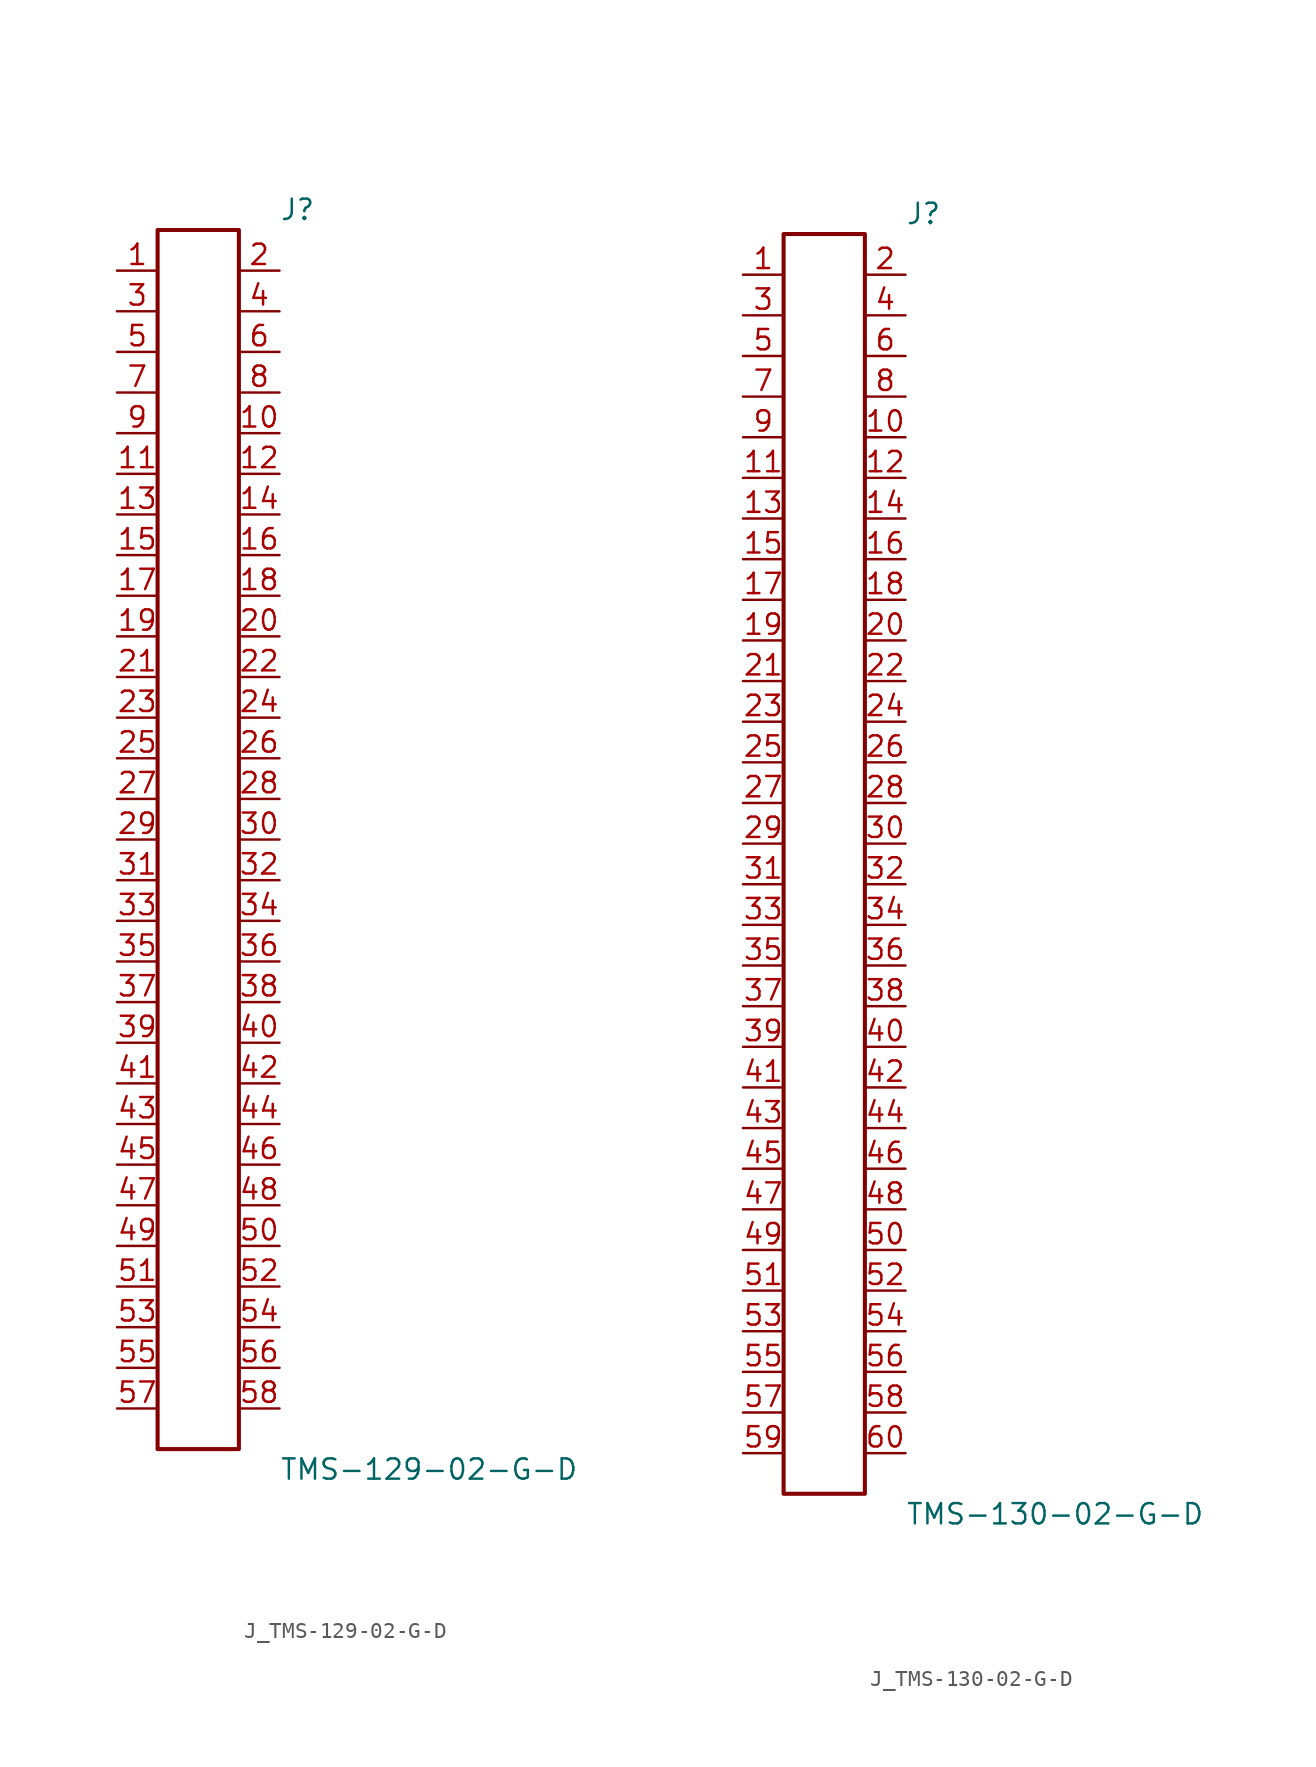
<source format=kicad_sym>
(kicad_symbol_lib
  (version 20231120)
  (generator kicad_symbol_editor)
  (generator_version 8.0)
  (symbol "J_TMS-129-02-G-D"
    (pin_names
      (offset 0.254))
    (property "Reference" "J"
      (at 5.08 39.37 0)
      (effects (font (size 1.27 1.27)) (justify left)))
    (property "Value" "TMS-129-02-G-D"
      (at 5.08 -39.37 0)
      (effects (font (size 1.27 1.27)) (justify left)))
    (symbol "J_TMS-129-02-G-D_0_0"
      (pin unspecified line (at -5.08 35.56 0) (length 2.54) (name "" (effects (font (size 1.27 1.27)))) (number "1" (effects (font (size 1.27 1.27)))))
      (pin unspecified line (at 5.08 35.56 180) (length 2.54) (name "" (effects (font (size 1.27 1.27)))) (number "2" (effects (font (size 1.27 1.27)))))
      (pin unspecified line (at -5.08 33.02 0) (length 2.54) (name "" (effects (font (size 1.27 1.27)))) (number "3" (effects (font (size 1.27 1.27)))))
      (pin unspecified line (at 5.08 33.02 180) (length 2.54) (name "" (effects (font (size 1.27 1.27)))) (number "4" (effects (font (size 1.27 1.27)))))
      (pin unspecified line (at -5.08 30.48 0) (length 2.54) (name "" (effects (font (size 1.27 1.27)))) (number "5" (effects (font (size 1.27 1.27)))))
      (pin unspecified line (at 5.08 30.48 180) (length 2.54) (name "" (effects (font (size 1.27 1.27)))) (number "6" (effects (font (size 1.27 1.27)))))
      (pin unspecified line (at -5.08 27.94 0) (length 2.54) (name "" (effects (font (size 1.27 1.27)))) (number "7" (effects (font (size 1.27 1.27)))))
      (pin unspecified line (at 5.08 27.94 180) (length 2.54) (name "" (effects (font (size 1.27 1.27)))) (number "8" (effects (font (size 1.27 1.27)))))
      (pin unspecified line (at -5.08 25.4 0) (length 2.54) (name "" (effects (font (size 1.27 1.27)))) (number "9" (effects (font (size 1.27 1.27)))))
      (pin unspecified line (at 5.08 25.4 180) (length 2.54) (name "" (effects (font (size 1.27 1.27)))) (number "10" (effects (font (size 1.27 1.27)))))
      (pin unspecified line (at -5.08 22.86 0) (length 2.54) (name "" (effects (font (size 1.27 1.27)))) (number "11" (effects (font (size 1.27 1.27)))))
      (pin unspecified line (at 5.08 22.86 180) (length 2.54) (name "" (effects (font (size 1.27 1.27)))) (number "12" (effects (font (size 1.27 1.27)))))
      (pin unspecified line (at -5.08 20.32 0) (length 2.54) (name "" (effects (font (size 1.27 1.27)))) (number "13" (effects (font (size 1.27 1.27)))))
      (pin unspecified line (at 5.08 20.32 180) (length 2.54) (name "" (effects (font (size 1.27 1.27)))) (number "14" (effects (font (size 1.27 1.27)))))
      (pin unspecified line (at -5.08 17.78 0) (length 2.54) (name "" (effects (font (size 1.27 1.27)))) (number "15" (effects (font (size 1.27 1.27)))))
      (pin unspecified line (at 5.08 17.78 180) (length 2.54) (name "" (effects (font (size 1.27 1.27)))) (number "16" (effects (font (size 1.27 1.27)))))
      (pin unspecified line (at -5.08 15.24 0) (length 2.54) (name "" (effects (font (size 1.27 1.27)))) (number "17" (effects (font (size 1.27 1.27)))))
      (pin unspecified line (at 5.08 15.24 180) (length 2.54) (name "" (effects (font (size 1.27 1.27)))) (number "18" (effects (font (size 1.27 1.27)))))
      (pin unspecified line (at -5.08 12.7 0) (length 2.54) (name "" (effects (font (size 1.27 1.27)))) (number "19" (effects (font (size 1.27 1.27)))))
      (pin unspecified line (at 5.08 12.7 180) (length 2.54) (name "" (effects (font (size 1.27 1.27)))) (number "20" (effects (font (size 1.27 1.27)))))
      (pin unspecified line (at -5.08 10.16 0) (length 2.54) (name "" (effects (font (size 1.27 1.27)))) (number "21" (effects (font (size 1.27 1.27)))))
      (pin unspecified line (at 5.08 10.16 180) (length 2.54) (name "" (effects (font (size 1.27 1.27)))) (number "22" (effects (font (size 1.27 1.27)))))
      (pin unspecified line (at -5.08 7.62 0) (length 2.54) (name "" (effects (font (size 1.27 1.27)))) (number "23" (effects (font (size 1.27 1.27)))))
      (pin unspecified line (at 5.08 7.62 180) (length 2.54) (name "" (effects (font (size 1.27 1.27)))) (number "24" (effects (font (size 1.27 1.27)))))
      (pin unspecified line (at -5.08 5.08 0) (length 2.54) (name "" (effects (font (size 1.27 1.27)))) (number "25" (effects (font (size 1.27 1.27)))))
      (pin unspecified line (at 5.08 5.08 180) (length 2.54) (name "" (effects (font (size 1.27 1.27)))) (number "26" (effects (font (size 1.27 1.27)))))
      (pin unspecified line (at -5.08 2.54 0) (length 2.54) (name "" (effects (font (size 1.27 1.27)))) (number "27" (effects (font (size 1.27 1.27)))))
      (pin unspecified line (at 5.08 2.54 180) (length 2.54) (name "" (effects (font (size 1.27 1.27)))) (number "28" (effects (font (size 1.27 1.27)))))
      (pin unspecified line (at -5.08 0.0 0) (length 2.54) (name "" (effects (font (size 1.27 1.27)))) (number "29" (effects (font (size 1.27 1.27)))))
      (pin unspecified line (at 5.08 0.0 180) (length 2.54) (name "" (effects (font (size 1.27 1.27)))) (number "30" (effects (font (size 1.27 1.27)))))
      (pin unspecified line (at -5.08 -2.54 0) (length 2.54) (name "" (effects (font (size 1.27 1.27)))) (number "31" (effects (font (size 1.27 1.27)))))
      (pin unspecified line (at 5.08 -2.54 180) (length 2.54) (name "" (effects (font (size 1.27 1.27)))) (number "32" (effects (font (size 1.27 1.27)))))
      (pin unspecified line (at -5.08 -5.08 0) (length 2.54) (name "" (effects (font (size 1.27 1.27)))) (number "33" (effects (font (size 1.27 1.27)))))
      (pin unspecified line (at 5.08 -5.08 180) (length 2.54) (name "" (effects (font (size 1.27 1.27)))) (number "34" (effects (font (size 1.27 1.27)))))
      (pin unspecified line (at -5.08 -7.62 0) (length 2.54) (name "" (effects (font (size 1.27 1.27)))) (number "35" (effects (font (size 1.27 1.27)))))
      (pin unspecified line (at 5.08 -7.62 180) (length 2.54) (name "" (effects (font (size 1.27 1.27)))) (number "36" (effects (font (size 1.27 1.27)))))
      (pin unspecified line (at -5.08 -10.16 0) (length 2.54) (name "" (effects (font (size 1.27 1.27)))) (number "37" (effects (font (size 1.27 1.27)))))
      (pin unspecified line (at 5.08 -10.16 180) (length 2.54) (name "" (effects (font (size 1.27 1.27)))) (number "38" (effects (font (size 1.27 1.27)))))
      (pin unspecified line (at -5.08 -12.7 0) (length 2.54) (name "" (effects (font (size 1.27 1.27)))) (number "39" (effects (font (size 1.27 1.27)))))
      (pin unspecified line (at 5.08 -12.7 180) (length 2.54) (name "" (effects (font (size 1.27 1.27)))) (number "40" (effects (font (size 1.27 1.27)))))
      (pin unspecified line (at -5.08 -15.24 0) (length 2.54) (name "" (effects (font (size 1.27 1.27)))) (number "41" (effects (font (size 1.27 1.27)))))
      (pin unspecified line (at 5.08 -15.24 180) (length 2.54) (name "" (effects (font (size 1.27 1.27)))) (number "42" (effects (font (size 1.27 1.27)))))
      (pin unspecified line (at -5.08 -17.78 0) (length 2.54) (name "" (effects (font (size 1.27 1.27)))) (number "43" (effects (font (size 1.27 1.27)))))
      (pin unspecified line (at 5.08 -17.78 180) (length 2.54) (name "" (effects (font (size 1.27 1.27)))) (number "44" (effects (font (size 1.27 1.27)))))
      (pin unspecified line (at -5.08 -20.32 0) (length 2.54) (name "" (effects (font (size 1.27 1.27)))) (number "45" (effects (font (size 1.27 1.27)))))
      (pin unspecified line (at 5.08 -20.32 180) (length 2.54) (name "" (effects (font (size 1.27 1.27)))) (number "46" (effects (font (size 1.27 1.27)))))
      (pin unspecified line (at -5.08 -22.86 0) (length 2.54) (name "" (effects (font (size 1.27 1.27)))) (number "47" (effects (font (size 1.27 1.27)))))
      (pin unspecified line (at 5.08 -22.86 180) (length 2.54) (name "" (effects (font (size 1.27 1.27)))) (number "48" (effects (font (size 1.27 1.27)))))
      (pin unspecified line (at -5.08 -25.4 0) (length 2.54) (name "" (effects (font (size 1.27 1.27)))) (number "49" (effects (font (size 1.27 1.27)))))
      (pin unspecified line (at 5.08 -25.4 180) (length 2.54) (name "" (effects (font (size 1.27 1.27)))) (number "50" (effects (font (size 1.27 1.27)))))
      (pin unspecified line (at -5.08 -27.94 0) (length 2.54) (name "" (effects (font (size 1.27 1.27)))) (number "51" (effects (font (size 1.27 1.27)))))
      (pin unspecified line (at 5.08 -27.94 180) (length 2.54) (name "" (effects (font (size 1.27 1.27)))) (number "52" (effects (font (size 1.27 1.27)))))
      (pin unspecified line (at -5.08 -30.48 0) (length 2.54) (name "" (effects (font (size 1.27 1.27)))) (number "53" (effects (font (size 1.27 1.27)))))
      (pin unspecified line (at 5.08 -30.48 180) (length 2.54) (name "" (effects (font (size 1.27 1.27)))) (number "54" (effects (font (size 1.27 1.27)))))
      (pin unspecified line (at -5.08 -33.02 0) (length 2.54) (name "" (effects (font (size 1.27 1.27)))) (number "55" (effects (font (size 1.27 1.27)))))
      (pin unspecified line (at 5.08 -33.02 180) (length 2.54) (name "" (effects (font (size 1.27 1.27)))) (number "56" (effects (font (size 1.27 1.27)))))
      (pin unspecified line (at -5.08 -35.56 0) (length 2.54) (name "" (effects (font (size 1.27 1.27)))) (number "57" (effects (font (size 1.27 1.27)))))
      (pin unspecified line (at 5.08 -35.56 180) (length 2.54) (name "" (effects (font (size 1.27 1.27)))) (number "58" (effects (font (size 1.27 1.27))))))
    (symbol "J_TMS-129-02-G-D_1_0"
      (rectangle (start -2.54 38.1) (end 2.54 -38.1) (stroke (width 0.254) (type solid)) (fill (type none)))))
  (symbol "J_TMS-130-02-G-D"
    (pin_names
      (offset 0.254))
    (property "Reference" "J"
      (at 5.08 40.64 0)
      (effects (font (size 1.27 1.27)) (justify left)))
    (property "Value" "TMS-130-02-G-D"
      (at 5.08 -40.64 0)
      (effects (font (size 1.27 1.27)) (justify left)))
    (symbol "J_TMS-130-02-G-D_0_0"
      (pin unspecified line (at -5.08 36.83 0) (length 2.54) (name "" (effects (font (size 1.27 1.27)))) (number "1" (effects (font (size 1.27 1.27)))))
      (pin unspecified line (at 5.08 36.83 180) (length 2.54) (name "" (effects (font (size 1.27 1.27)))) (number "2" (effects (font (size 1.27 1.27)))))
      (pin unspecified line (at -5.08 34.29 0) (length 2.54) (name "" (effects (font (size 1.27 1.27)))) (number "3" (effects (font (size 1.27 1.27)))))
      (pin unspecified line (at 5.08 34.29 180) (length 2.54) (name "" (effects (font (size 1.27 1.27)))) (number "4" (effects (font (size 1.27 1.27)))))
      (pin unspecified line (at -5.08 31.75 0) (length 2.54) (name "" (effects (font (size 1.27 1.27)))) (number "5" (effects (font (size 1.27 1.27)))))
      (pin unspecified line (at 5.08 31.75 180) (length 2.54) (name "" (effects (font (size 1.27 1.27)))) (number "6" (effects (font (size 1.27 1.27)))))
      (pin unspecified line (at -5.08 29.21 0) (length 2.54) (name "" (effects (font (size 1.27 1.27)))) (number "7" (effects (font (size 1.27 1.27)))))
      (pin unspecified line (at 5.08 29.21 180) (length 2.54) (name "" (effects (font (size 1.27 1.27)))) (number "8" (effects (font (size 1.27 1.27)))))
      (pin unspecified line (at -5.08 26.67 0) (length 2.54) (name "" (effects (font (size 1.27 1.27)))) (number "9" (effects (font (size 1.27 1.27)))))
      (pin unspecified line (at 5.08 26.67 180) (length 2.54) (name "" (effects (font (size 1.27 1.27)))) (number "10" (effects (font (size 1.27 1.27)))))
      (pin unspecified line (at -5.08 24.13 0) (length 2.54) (name "" (effects (font (size 1.27 1.27)))) (number "11" (effects (font (size 1.27 1.27)))))
      (pin unspecified line (at 5.08 24.13 180) (length 2.54) (name "" (effects (font (size 1.27 1.27)))) (number "12" (effects (font (size 1.27 1.27)))))
      (pin unspecified line (at -5.08 21.59 0) (length 2.54) (name "" (effects (font (size 1.27 1.27)))) (number "13" (effects (font (size 1.27 1.27)))))
      (pin unspecified line (at 5.08 21.59 180) (length 2.54) (name "" (effects (font (size 1.27 1.27)))) (number "14" (effects (font (size 1.27 1.27)))))
      (pin unspecified line (at -5.08 19.05 0) (length 2.54) (name "" (effects (font (size 1.27 1.27)))) (number "15" (effects (font (size 1.27 1.27)))))
      (pin unspecified line (at 5.08 19.05 180) (length 2.54) (name "" (effects (font (size 1.27 1.27)))) (number "16" (effects (font (size 1.27 1.27)))))
      (pin unspecified line (at -5.08 16.51 0) (length 2.54) (name "" (effects (font (size 1.27 1.27)))) (number "17" (effects (font (size 1.27 1.27)))))
      (pin unspecified line (at 5.08 16.51 180) (length 2.54) (name "" (effects (font (size 1.27 1.27)))) (number "18" (effects (font (size 1.27 1.27)))))
      (pin unspecified line (at -5.08 13.97 0) (length 2.54) (name "" (effects (font (size 1.27 1.27)))) (number "19" (effects (font (size 1.27 1.27)))))
      (pin unspecified line (at 5.08 13.97 180) (length 2.54) (name "" (effects (font (size 1.27 1.27)))) (number "20" (effects (font (size 1.27 1.27)))))
      (pin unspecified line (at -5.08 11.43 0) (length 2.54) (name "" (effects (font (size 1.27 1.27)))) (number "21" (effects (font (size 1.27 1.27)))))
      (pin unspecified line (at 5.08 11.43 180) (length 2.54) (name "" (effects (font (size 1.27 1.27)))) (number "22" (effects (font (size 1.27 1.27)))))
      (pin unspecified line (at -5.08 8.89 0) (length 2.54) (name "" (effects (font (size 1.27 1.27)))) (number "23" (effects (font (size 1.27 1.27)))))
      (pin unspecified line (at 5.08 8.89 180) (length 2.54) (name "" (effects (font (size 1.27 1.27)))) (number "24" (effects (font (size 1.27 1.27)))))
      (pin unspecified line (at -5.08 6.35 0) (length 2.54) (name "" (effects (font (size 1.27 1.27)))) (number "25" (effects (font (size 1.27 1.27)))))
      (pin unspecified line (at 5.08 6.35 180) (length 2.54) (name "" (effects (font (size 1.27 1.27)))) (number "26" (effects (font (size 1.27 1.27)))))
      (pin unspecified line (at -5.08 3.81 0) (length 2.54) (name "" (effects (font (size 1.27 1.27)))) (number "27" (effects (font (size 1.27 1.27)))))
      (pin unspecified line (at 5.08 3.81 180) (length 2.54) (name "" (effects (font (size 1.27 1.27)))) (number "28" (effects (font (size 1.27 1.27)))))
      (pin unspecified line (at -5.08 1.27 0) (length 2.54) (name "" (effects (font (size 1.27 1.27)))) (number "29" (effects (font (size 1.27 1.27)))))
      (pin unspecified line (at 5.08 1.27 180) (length 2.54) (name "" (effects (font (size 1.27 1.27)))) (number "30" (effects (font (size 1.27 1.27)))))
      (pin unspecified line (at -5.08 -1.27 0) (length 2.54) (name "" (effects (font (size 1.27 1.27)))) (number "31" (effects (font (size 1.27 1.27)))))
      (pin unspecified line (at 5.08 -1.27 180) (length 2.54) (name "" (effects (font (size 1.27 1.27)))) (number "32" (effects (font (size 1.27 1.27)))))
      (pin unspecified line (at -5.08 -3.81 0) (length 2.54) (name "" (effects (font (size 1.27 1.27)))) (number "33" (effects (font (size 1.27 1.27)))))
      (pin unspecified line (at 5.08 -3.81 180) (length 2.54) (name "" (effects (font (size 1.27 1.27)))) (number "34" (effects (font (size 1.27 1.27)))))
      (pin unspecified line (at -5.08 -6.35 0) (length 2.54) (name "" (effects (font (size 1.27 1.27)))) (number "35" (effects (font (size 1.27 1.27)))))
      (pin unspecified line (at 5.08 -6.35 180) (length 2.54) (name "" (effects (font (size 1.27 1.27)))) (number "36" (effects (font (size 1.27 1.27)))))
      (pin unspecified line (at -5.08 -8.89 0) (length 2.54) (name "" (effects (font (size 1.27 1.27)))) (number "37" (effects (font (size 1.27 1.27)))))
      (pin unspecified line (at 5.08 -8.89 180) (length 2.54) (name "" (effects (font (size 1.27 1.27)))) (number "38" (effects (font (size 1.27 1.27)))))
      (pin unspecified line (at -5.08 -11.43 0) (length 2.54) (name "" (effects (font (size 1.27 1.27)))) (number "39" (effects (font (size 1.27 1.27)))))
      (pin unspecified line (at 5.08 -11.43 180) (length 2.54) (name "" (effects (font (size 1.27 1.27)))) (number "40" (effects (font (size 1.27 1.27)))))
      (pin unspecified line (at -5.08 -13.97 0) (length 2.54) (name "" (effects (font (size 1.27 1.27)))) (number "41" (effects (font (size 1.27 1.27)))))
      (pin unspecified line (at 5.08 -13.97 180) (length 2.54) (name "" (effects (font (size 1.27 1.27)))) (number "42" (effects (font (size 1.27 1.27)))))
      (pin unspecified line (at -5.08 -16.51 0) (length 2.54) (name "" (effects (font (size 1.27 1.27)))) (number "43" (effects (font (size 1.27 1.27)))))
      (pin unspecified line (at 5.08 -16.51 180) (length 2.54) (name "" (effects (font (size 1.27 1.27)))) (number "44" (effects (font (size 1.27 1.27)))))
      (pin unspecified line (at -5.08 -19.05 0) (length 2.54) (name "" (effects (font (size 1.27 1.27)))) (number "45" (effects (font (size 1.27 1.27)))))
      (pin unspecified line (at 5.08 -19.05 180) (length 2.54) (name "" (effects (font (size 1.27 1.27)))) (number "46" (effects (font (size 1.27 1.27)))))
      (pin unspecified line (at -5.08 -21.59 0) (length 2.54) (name "" (effects (font (size 1.27 1.27)))) (number "47" (effects (font (size 1.27 1.27)))))
      (pin unspecified line (at 5.08 -21.59 180) (length 2.54) (name "" (effects (font (size 1.27 1.27)))) (number "48" (effects (font (size 1.27 1.27)))))
      (pin unspecified line (at -5.08 -24.13 0) (length 2.54) (name "" (effects (font (size 1.27 1.27)))) (number "49" (effects (font (size 1.27 1.27)))))
      (pin unspecified line (at 5.08 -24.13 180) (length 2.54) (name "" (effects (font (size 1.27 1.27)))) (number "50" (effects (font (size 1.27 1.27)))))
      (pin unspecified line (at -5.08 -26.67 0) (length 2.54) (name "" (effects (font (size 1.27 1.27)))) (number "51" (effects (font (size 1.27 1.27)))))
      (pin unspecified line (at 5.08 -26.67 180) (length 2.54) (name "" (effects (font (size 1.27 1.27)))) (number "52" (effects (font (size 1.27 1.27)))))
      (pin unspecified line (at -5.08 -29.21 0) (length 2.54) (name "" (effects (font (size 1.27 1.27)))) (number "53" (effects (font (size 1.27 1.27)))))
      (pin unspecified line (at 5.08 -29.21 180) (length 2.54) (name "" (effects (font (size 1.27 1.27)))) (number "54" (effects (font (size 1.27 1.27)))))
      (pin unspecified line (at -5.08 -31.75 0) (length 2.54) (name "" (effects (font (size 1.27 1.27)))) (number "55" (effects (font (size 1.27 1.27)))))
      (pin unspecified line (at 5.08 -31.75 180) (length 2.54) (name "" (effects (font (size 1.27 1.27)))) (number "56" (effects (font (size 1.27 1.27)))))
      (pin unspecified line (at -5.08 -34.29 0) (length 2.54) (name "" (effects (font (size 1.27 1.27)))) (number "57" (effects (font (size 1.27 1.27)))))
      (pin unspecified line (at 5.08 -34.29 180) (length 2.54) (name "" (effects (font (size 1.27 1.27)))) (number "58" (effects (font (size 1.27 1.27)))))
      (pin unspecified line (at -5.08 -36.83 0) (length 2.54) (name "" (effects (font (size 1.27 1.27)))) (number "59" (effects (font (size 1.27 1.27)))))
      (pin unspecified line (at 5.08 -36.83 180) (length 2.54) (name "" (effects (font (size 1.27 1.27)))) (number "60" (effects (font (size 1.27 1.27))))))
    (symbol "J_TMS-130-02-G-D_1_0"
      (rectangle (start -2.54 39.37) (end 2.54 -39.37) (stroke (width 0.254) (type solid)) (fill (type none))))))
</source>
